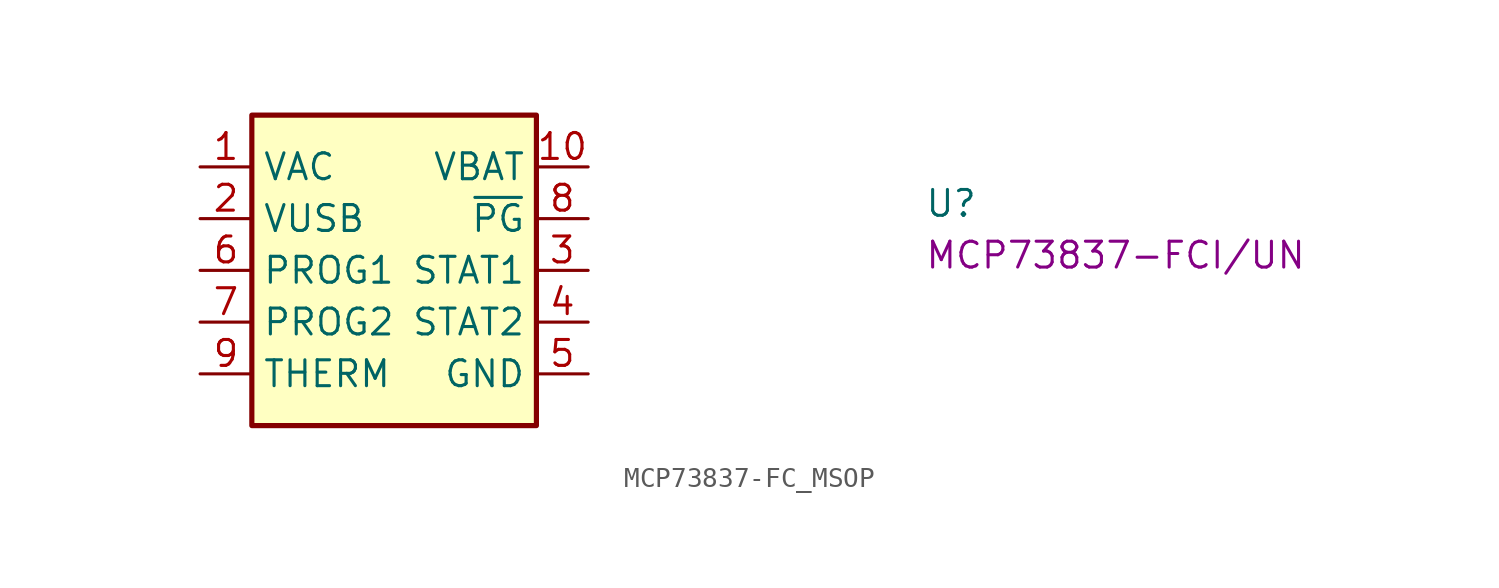
<source format=kicad_sym>
(kicad_symbol_lib
  (version 20220914)
  (generator kicad_symbol_editor)
  (symbol "MCP73837-FC_MSOP"
    (property "Reference" "U"
      (at 35.56 -2.54 0)
      (effects (font (size 1.27 1.27) (thickness 0.15)) (justify left bottom)))
    (property "MPN" "MCP73837-FCI/UN"
      (at 35.56 -5.08 0)
      (effects (font (size 1.27 1.27) (thickness 0.15)) (justify left bottom)))
    (symbol "MCP73837-FC_MSOP_1_1"
      (rectangle (start 2.54 2.54) (end 16.51 -12.7) (stroke (width 0.254) (type default)) (fill (type background)))
      (pin power_in line (at 0 0 0) (length 2.54) (name "VAC" (effects (font (size 1.27 1.27)))) (number "1" (effects (font (size 1.27 1.27)))))
      (pin power_out line (at 19.05 0 180) (length 2.54) (name "VBAT" (effects (font (size 1.27 1.27)))) (number "10" (effects (font (size 1.27 1.27)))))
      (pin power_in line (at 0 -2.54 0) (length 2.54) (name "VUSB" (effects (font (size 1.27 1.27)))) (number "2" (effects (font (size 1.27 1.27)))))
      (pin output line (at 19.05 -5.08 180) (length 2.54) (name "STAT1" (effects (font (size 1.27 1.27)))) (number "3" (effects (font (size 1.27 1.27)))))
      (pin output line (at 19.05 -7.62 180) (length 2.54) (name "STAT2" (effects (font (size 1.27 1.27)))) (number "4" (effects (font (size 1.27 1.27)))))
      (pin power_in line (at 19.05 -10.16 180) (length 2.54) (name "GND" (effects (font (size 1.27 1.27)))) (number "5" (effects (font (size 1.27 1.27)))))
      (pin input line (at 0 -5.08 0) (length 2.54) (name "PROG1" (effects (font (size 1.27 1.27)))) (number "6" (effects (font (size 1.27 1.27)))))
      (pin input line (at 0 -7.62 0) (length 2.54) (name "PROG2" (effects (font (size 1.27 1.27)))) (number "7" (effects (font (size 1.27 1.27)))))
      (pin output line (at 19.05 -2.54 180) (length 2.54) (name "~{PG}" (effects (font (size 1.27 1.27)))) (number "8" (effects (font (size 1.27 1.27)))))
      (pin input line (at 0 -10.16 0) (length 2.54) (name "THERM" (effects (font (size 1.27 1.27)))) (number "9" (effects (font (size 1.27 1.27))))))))
</source>
